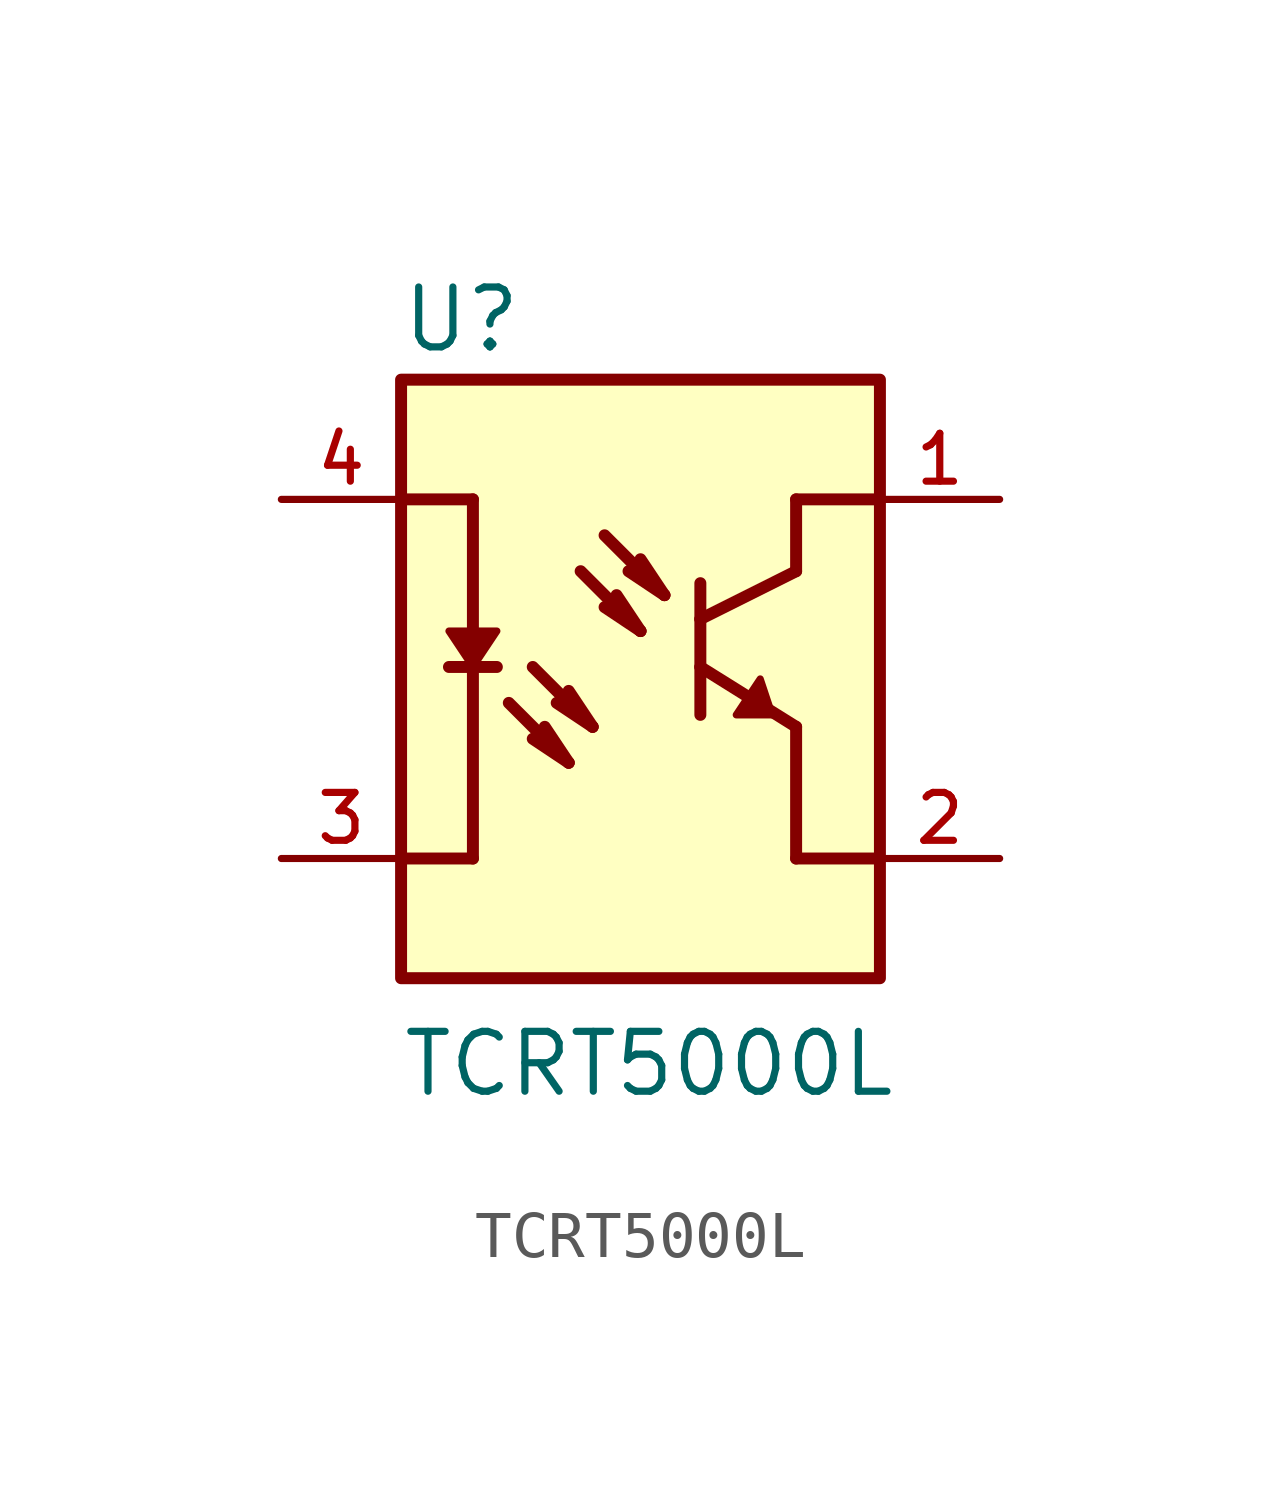
<source format=kicad_sym>
(kicad_symbol_lib
  (version 20211014)
  (generator kicad_symbol_editor)
  (symbol "TCRT5000L"
    (pin_names
      (offset 1.016))
    (property "Reference" "U"
      (at -5.109 5.613 0)
      (effects (font (size 1.27 1.27)) (justify bottom left)))
    (property "Value" "TCRT5000L"
      (at -5.093 -10.181 0)
      (effects (font (size 1.27 1.27)) (justify bottom left)))
    (symbol "TCRT5000L_0_0"
      (polyline (pts (xy -3.556 2.54) (xy -3.556 -0.254)) (stroke (width 0.254)))
      (polyline (pts (xy -4.064 -1.016) (xy -3.556 -1.016)) (stroke (width 0.254)))
      (polyline (pts (xy -3.556 -1.016) (xy -3.048 -1.016)) (stroke (width 0.254)))
      (polyline (pts (xy -3.556 -1.016) (xy -3.556 -5.08)) (stroke (width 0.254)))
      (polyline (pts (xy 3.302 2.54) (xy 3.302 1.016)) (stroke (width 0.254)))
      (polyline (pts (xy 3.302 1.016) (xy 1.27 0.0)) (stroke (width 0.254)))
      (polyline (pts (xy 1.27 0.0) (xy 1.27 -1.016)) (stroke (width 0.254)))
      (polyline (pts (xy 1.27 -1.016) (xy 3.302 -2.286)) (stroke (width 0.254)))
      (polyline (pts (xy 1.27 -1.016) (xy 1.27 -2.032)) (stroke (width 0.254)))
      (polyline (pts (xy 1.27 0.0) (xy 1.27 0.762)) (stroke (width 0.254)))
      (polyline (pts (xy -3.556 2.54) (xy -5.08 2.54)) (stroke (width 0.254)))
      (polyline (pts (xy -3.556 -5.08) (xy -5.08 -5.08)) (stroke (width 0.254)))
      (polyline (pts (xy 3.302 -2.286) (xy 3.302 -5.08)) (stroke (width 0.254)))
      (polyline (pts (xy 3.302 -5.08) (xy 5.08 -5.08)) (stroke (width 0.254)))
      (polyline (pts (xy 3.302 2.54) (xy 5.08 2.54)) (stroke (width 0.254)))
      (polyline (pts (xy 2.032 -2.032) (xy 2.54 -1.27) (xy 2.794 -2.032) (xy 2.032 -2.032)) (stroke (width 0.152)) (fill (type outline)))
      (polyline (pts (xy -3.556 -1.016) (xy -4.064 -0.254) (xy -3.048 -0.254) (xy -3.556 -1.016)) (stroke (width 0.152)) (fill (type outline)))
      (polyline (pts (xy -2.286 -1.016) (xy -1.016 -2.286)) (stroke (width 0.254)))
      (polyline (pts (xy -2.794 -1.778) (xy -1.524 -3.048)) (stroke (width 0.254)))
      (polyline (pts (xy -1.016 -2.286) (xy -1.524 -1.524)) (stroke (width 0.254)))
      (polyline (pts (xy -1.016 -2.286) (xy -1.778 -1.778)) (stroke (width 0.254)))
      (polyline (pts (xy -1.524 -3.048) (xy -2.032 -2.286)) (stroke (width 0.254)))
      (polyline (pts (xy -1.524 -3.048) (xy -2.286 -2.54)) (stroke (width 0.254)))
      (polyline (pts (xy -0.762 1.778) (xy 0.508 0.508)) (stroke (width 0.254)))
      (polyline (pts (xy -1.27 1.016) (xy 0.0 -0.254)) (stroke (width 0.254)))
      (polyline (pts (xy 0.508 0.508) (xy 0.0 1.27)) (stroke (width 0.254)))
      (polyline (pts (xy 0.508 0.508) (xy -0.254 1.016)) (stroke (width 0.254)))
      (polyline (pts (xy 0.0 -0.254) (xy -0.508 0.508)) (stroke (width 0.254)))
      (polyline (pts (xy 0.0 -0.254) (xy -0.762 0.254)) (stroke (width 0.254)))
      (rectangle (start -5.08 -7.62) (end 5.08 5.08) (stroke (width 0.254)) (fill (type background)))
      (pin passive line (at -7.62 2.54 0) (length 2.54) (name "~" (effects (font (size 1.016 1.016)))) (number "4" (effects (font (size 1.016 1.016)))))
      (pin passive line (at -7.62 -5.08 0) (length 2.54) (name "~" (effects (font (size 1.016 1.016)))) (number "3" (effects (font (size 1.016 1.016)))))
      (pin passive line (at 7.62 2.54 180.0) (length 2.54) (name "~" (effects (font (size 1.016 1.016)))) (number "1" (effects (font (size 1.016 1.016)))))
      (pin passive line (at 7.62 -5.08 180.0) (length 2.54) (name "~" (effects (font (size 1.016 1.016)))) (number "2" (effects (font (size 1.016 1.016))))))))
</source>
